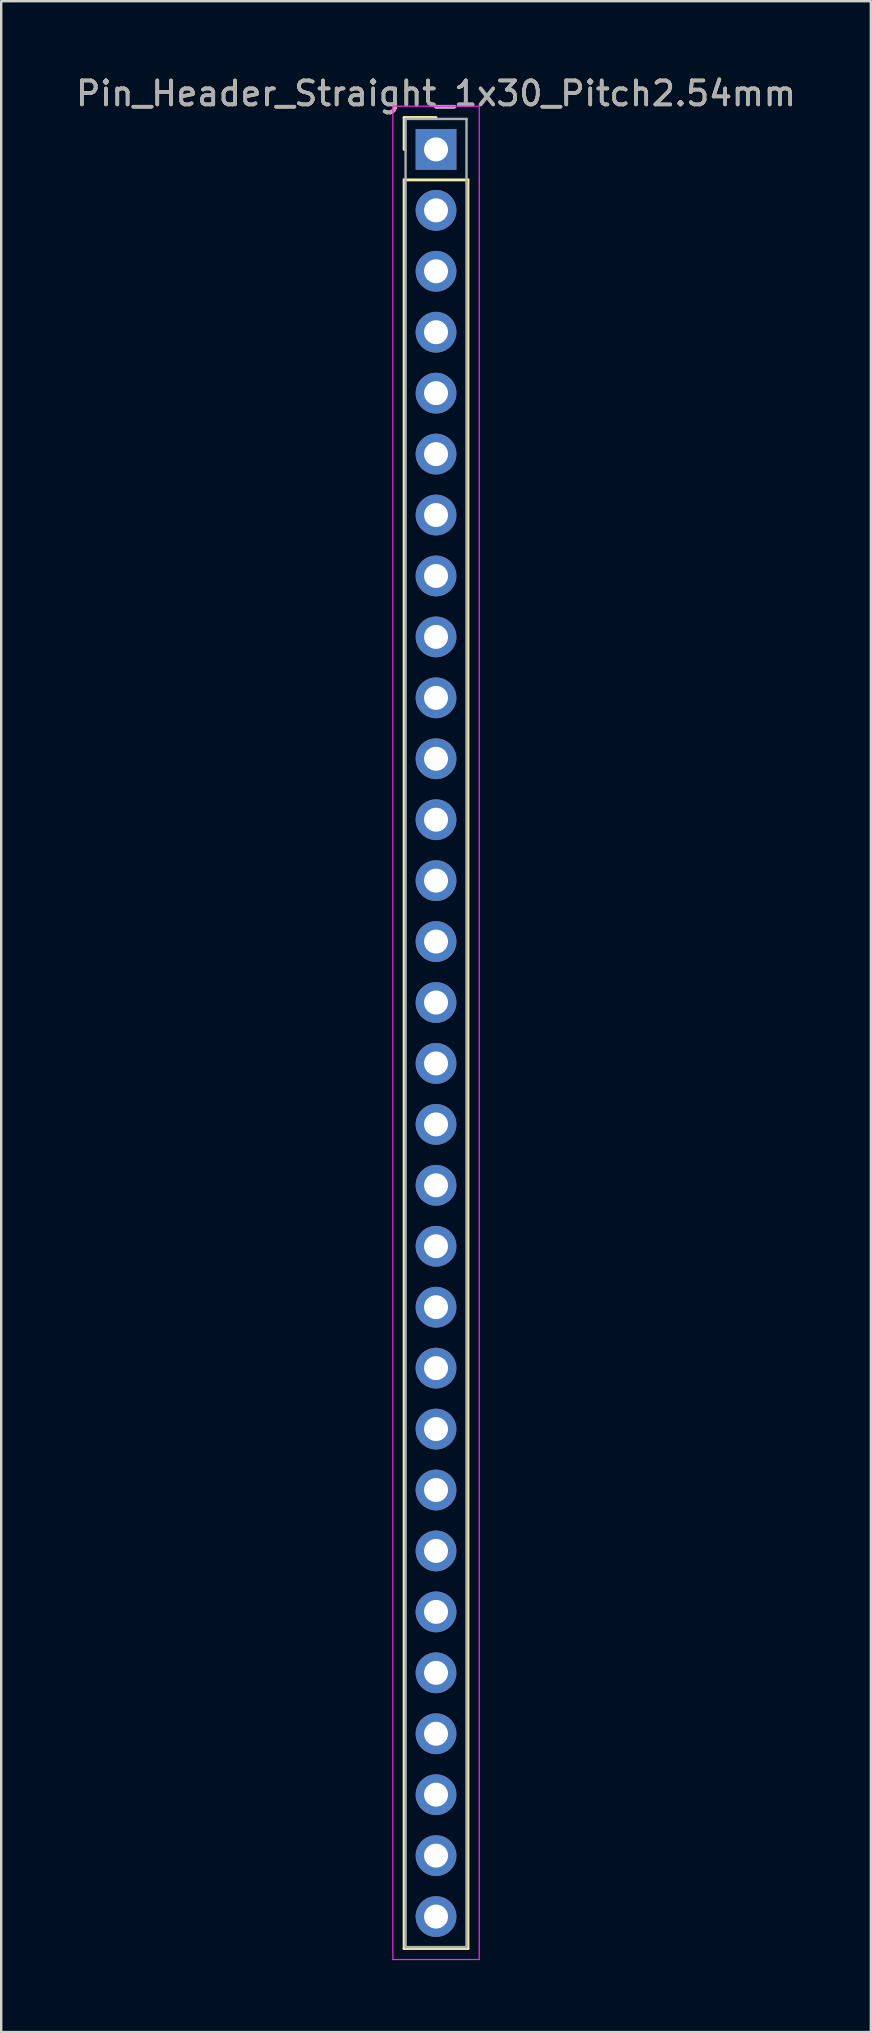
<source format=kicad_pcb>
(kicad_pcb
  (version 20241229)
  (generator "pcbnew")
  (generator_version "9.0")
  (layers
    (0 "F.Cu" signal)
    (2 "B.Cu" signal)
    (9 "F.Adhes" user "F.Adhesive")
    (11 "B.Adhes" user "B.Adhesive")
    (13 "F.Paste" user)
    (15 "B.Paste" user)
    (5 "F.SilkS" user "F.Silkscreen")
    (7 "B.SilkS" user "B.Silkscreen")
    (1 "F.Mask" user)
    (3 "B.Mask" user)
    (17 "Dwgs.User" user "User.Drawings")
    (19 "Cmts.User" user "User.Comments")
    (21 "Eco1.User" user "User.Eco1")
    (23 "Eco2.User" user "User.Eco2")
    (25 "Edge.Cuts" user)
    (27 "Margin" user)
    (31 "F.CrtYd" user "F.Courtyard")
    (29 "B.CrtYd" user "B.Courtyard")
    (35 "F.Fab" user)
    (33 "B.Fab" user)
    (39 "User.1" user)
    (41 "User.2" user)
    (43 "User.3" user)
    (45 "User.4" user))
  (footprint "Pin_Header_Straight_1x30_Pitch2.54mm"
    (layer "F.Cu")
    (at 15.125 3.178)
    (property "Reference" "Pin_Header_Straight_1x30_Pitch2.54mm" (at 0 -2.33 0) (layer "F.SilkS") (effects (font (size 1 1) (thickness 0.15))))
    (attr through_hole)
    (fp_line (start -1.33 -1.33) (end 0 -1.33) (stroke (width 0.12) (type solid)) (layer "F.SilkS"))
    (fp_line (start -1.33 0) (end -1.33 -1.33) (stroke (width 0.12) (type solid)) (layer "F.SilkS"))
    (fp_line (start -1.33 1.27) (end -1.33 74.99) (stroke (width 0.12) (type solid)) (layer "F.SilkS"))
    (fp_line (start -1.33 74.99) (end 1.33 74.99) (stroke (width 0.12) (type solid)) (layer "F.SilkS"))
    (fp_line (start 1.33 1.27) (end -1.33 1.27) (stroke (width 0.12) (type solid)) (layer "F.SilkS"))
    (fp_line (start 1.33 74.99) (end 1.33 1.27) (stroke (width 0.12) (type solid)) (layer "F.SilkS"))
    (fp_line (start -1.8 -1.8) (end -1.8 75.45) (stroke (width 0.05) (type solid)) (layer "F.CrtYd"))
    (fp_line (start -1.8 75.45) (end 1.8 75.45) (stroke (width 0.05) (type solid)) (layer "F.CrtYd"))
    (fp_line (start 1.8 -1.8) (end -1.8 -1.8) (stroke (width 0.05) (type solid)) (layer "F.CrtYd"))
    (fp_line (start 1.8 75.45) (end 1.8 -1.8) (stroke (width 0.05) (type solid)) (layer "F.CrtYd"))
    (fp_line (start -1.27 -1.27) (end -1.27 74.93) (stroke (width 0.1) (type solid)) (layer "F.Fab"))
    (fp_line (start -1.27 74.93) (end 1.27 74.93) (stroke (width 0.1) (type solid)) (layer "F.Fab"))
    (fp_line (start 1.27 -1.27) (end -1.27 -1.27) (stroke (width 0.1) (type solid)) (layer "F.Fab"))
    (fp_line (start 1.27 74.93) (end 1.27 -1.27) (stroke (width 0.1) (type solid)) (layer "F.Fab"))
    (fp_text user "${REFERENCE}" (at 0 -2.33 0) (layer "F.Fab") (effects (font (size 1 1) (thickness 0.15))))
    (pad "1" thru_hole rect (at 0 0) (size 1.7 1.7) (drill 1) (layers "*.Cu" "*.Mask"))
    (pad "2" thru_hole oval (at 0 2.54) (size 1.7 1.7) (drill 1) (layers "*.Cu" "*.Mask"))
    (pad "3" thru_hole oval (at 0 5.08) (size 1.7 1.7) (drill 1) (layers "*.Cu" "*.Mask"))
    (pad "4" thru_hole oval (at 0 7.62) (size 1.7 1.7) (drill 1) (layers "*.Cu" "*.Mask"))
    (pad "5" thru_hole oval (at 0 10.16) (size 1.7 1.7) (drill 1) (layers "*.Cu" "*.Mask"))
    (pad "6" thru_hole oval (at 0 12.7) (size 1.7 1.7) (drill 1) (layers "*.Cu" "*.Mask"))
    (pad "7" thru_hole oval (at 0 15.24) (size 1.7 1.7) (drill 1) (layers "*.Cu" "*.Mask"))
    (pad "8" thru_hole oval (at 0 17.78) (size 1.7 1.7) (drill 1) (layers "*.Cu" "*.Mask"))
    (pad "9" thru_hole oval (at 0 20.32) (size 1.7 1.7) (drill 1) (layers "*.Cu" "*.Mask"))
    (pad "10" thru_hole oval (at 0 22.86) (size 1.7 1.7) (drill 1) (layers "*.Cu" "*.Mask"))
    (pad "11" thru_hole oval (at 0 25.4) (size 1.7 1.7) (drill 1) (layers "*.Cu" "*.Mask"))
    (pad "12" thru_hole oval (at 0 27.94) (size 1.7 1.7) (drill 1) (layers "*.Cu" "*.Mask"))
    (pad "13" thru_hole oval (at 0 30.48) (size 1.7 1.7) (drill 1) (layers "*.Cu" "*.Mask"))
    (pad "14" thru_hole oval (at 0 33.02) (size 1.7 1.7) (drill 1) (layers "*.Cu" "*.Mask"))
    (pad "15" thru_hole oval (at 0 35.56) (size 1.7 1.7) (drill 1) (layers "*.Cu" "*.Mask"))
    (pad "16" thru_hole oval (at 0 38.1) (size 1.7 1.7) (drill 1) (layers "*.Cu" "*.Mask"))
    (pad "17" thru_hole oval (at 0 40.64) (size 1.7 1.7) (drill 1) (layers "*.Cu" "*.Mask"))
    (pad "18" thru_hole oval (at 0 43.18) (size 1.7 1.7) (drill 1) (layers "*.Cu" "*.Mask"))
    (pad "19" thru_hole oval (at 0 45.72) (size 1.7 1.7) (drill 1) (layers "*.Cu" "*.Mask"))
    (pad "20" thru_hole oval (at 0 48.26) (size 1.7 1.7) (drill 1) (layers "*.Cu" "*.Mask"))
    (pad "21" thru_hole oval (at 0 50.8) (size 1.7 1.7) (drill 1) (layers "*.Cu" "*.Mask"))
    (pad "22" thru_hole oval (at 0 53.34) (size 1.7 1.7) (drill 1) (layers "*.Cu" "*.Mask"))
    (pad "23" thru_hole oval (at 0 55.88) (size 1.7 1.7) (drill 1) (layers "*.Cu" "*.Mask"))
    (pad "24" thru_hole oval (at 0 58.42) (size 1.7 1.7) (drill 1) (layers "*.Cu" "*.Mask"))
    (pad "25" thru_hole oval (at 0 60.96) (size 1.7 1.7) (drill 1) (layers "*.Cu" "*.Mask"))
    (pad "26" thru_hole oval (at 0 63.5) (size 1.7 1.7) (drill 1) (layers "*.Cu" "*.Mask"))
    (pad "27" thru_hole oval (at 0 66.04) (size 1.7 1.7) (drill 1) (layers "*.Cu" "*.Mask"))
    (pad "28" thru_hole oval (at 0 68.58) (size 1.7 1.7) (drill 1) (layers "*.Cu" "*.Mask"))
    (pad "29" thru_hole oval (at 0 71.12) (size 1.7 1.7) (drill 1) (layers "*.Cu" "*.Mask"))
    (pad "30" thru_hole oval (at 0 73.66) (size 1.7 1.7) (drill 1) (layers "*.Cu" "*.Mask")))
  (gr_rect
    (start -3 -3)
    (end 33.25 81.653)
    (stroke (width 0.1) (type default))
    (fill no)
    (layer "Edge.Cuts")))
</source>
